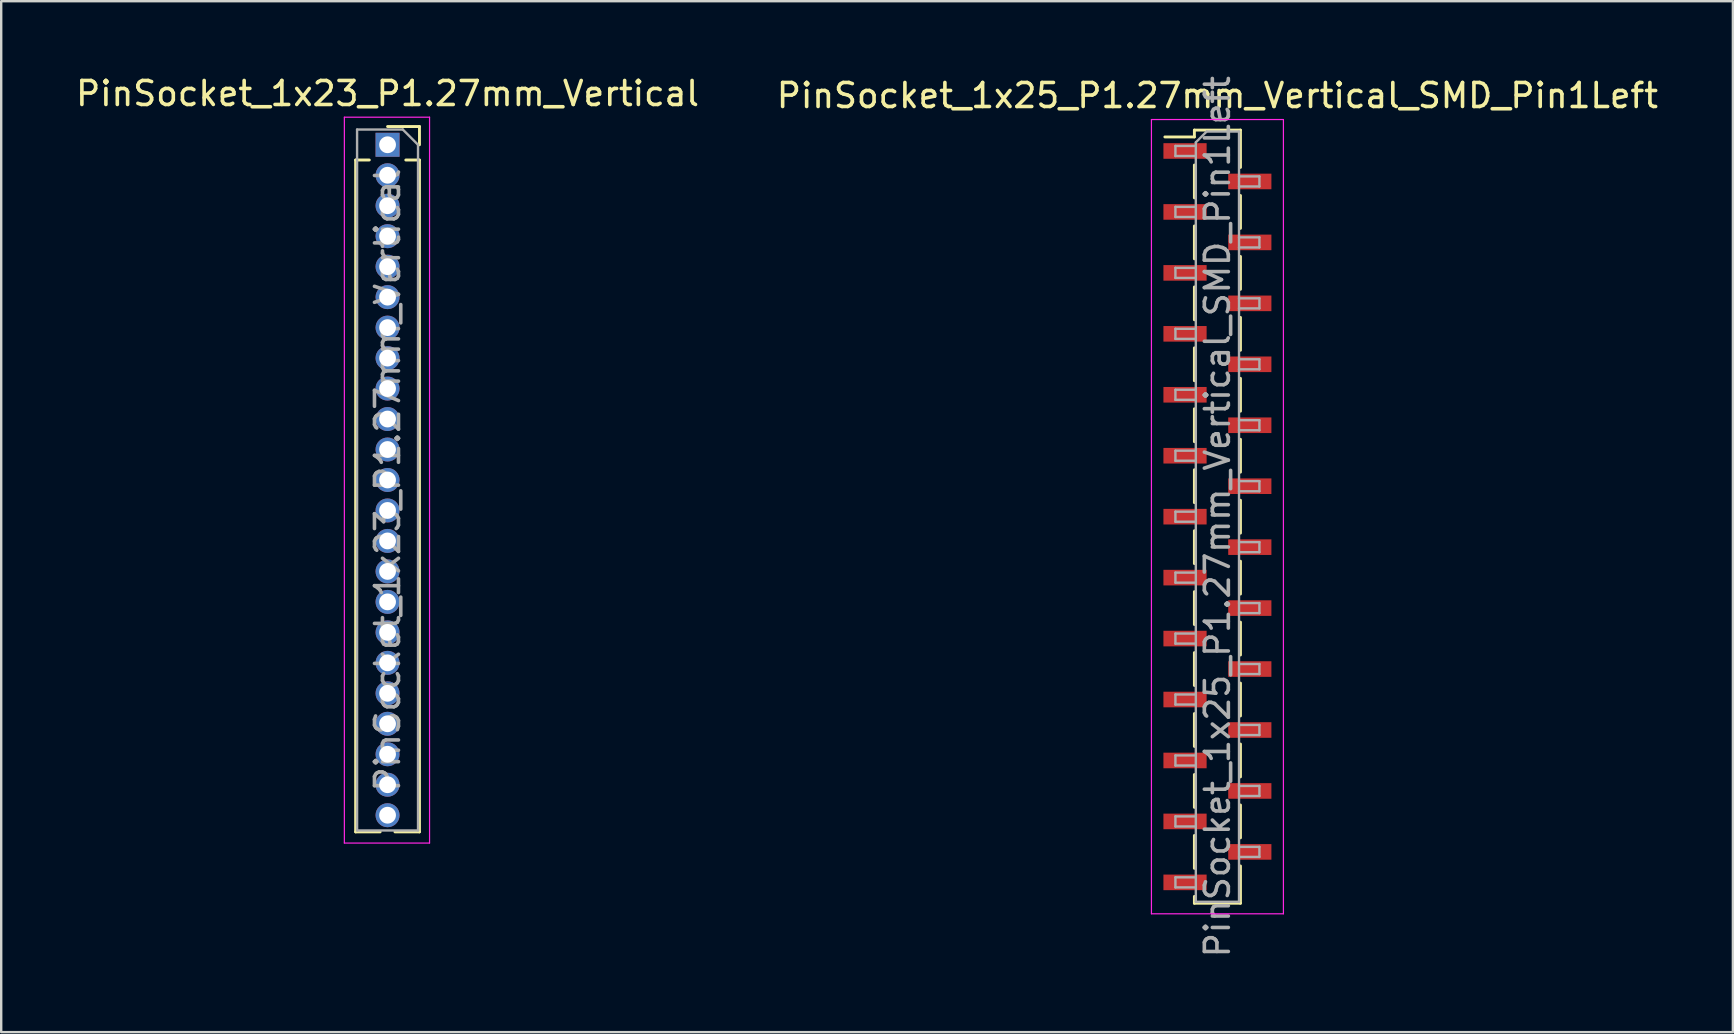
<source format=kicad_pcb>
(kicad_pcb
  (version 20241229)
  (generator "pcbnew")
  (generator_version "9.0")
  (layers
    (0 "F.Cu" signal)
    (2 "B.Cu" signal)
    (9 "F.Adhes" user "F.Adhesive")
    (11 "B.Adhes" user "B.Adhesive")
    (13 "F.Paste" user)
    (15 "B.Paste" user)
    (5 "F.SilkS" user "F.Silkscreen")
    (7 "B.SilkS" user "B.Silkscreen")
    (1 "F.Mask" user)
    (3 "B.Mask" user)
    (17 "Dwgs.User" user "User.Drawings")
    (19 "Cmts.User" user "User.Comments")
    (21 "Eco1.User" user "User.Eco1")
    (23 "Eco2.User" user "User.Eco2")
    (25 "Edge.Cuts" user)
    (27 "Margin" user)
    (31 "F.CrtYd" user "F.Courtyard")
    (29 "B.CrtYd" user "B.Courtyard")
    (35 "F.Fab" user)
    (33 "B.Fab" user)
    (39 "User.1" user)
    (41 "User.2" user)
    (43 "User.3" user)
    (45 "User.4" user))
  (footprint "PinSocket_1x23_P1.27mm_Vertical"
    (layer "F.Cu")
    (at 13.101 2.983)
    (property "Reference" "PinSocket_1x23_P1.27mm_Vertical" (at 0 -2.135 0) (layer "F.SilkS") (effects (font (size 1 1) (thickness 0.15))))
    (attr through_hole)
    (fp_line (start -1.33 0.635) (end -1.33 28.635) (stroke (width 0.12) (type solid)) (layer "F.SilkS"))
    (fp_line (start -1.33 0.635) (end -0.76 0.635) (stroke (width 0.12) (type solid)) (layer "F.SilkS"))
    (fp_line (start -1.33 28.635) (end -0.308 28.635) (stroke (width 0.12) (type solid)) (layer "F.SilkS"))
    (fp_line (start 0 -0.76) (end 1.33 -0.76) (stroke (width 0.12) (type solid)) (layer "F.SilkS"))
    (fp_line (start 0.308 28.635) (end 1.33 28.635) (stroke (width 0.12) (type solid)) (layer "F.SilkS"))
    (fp_line (start 0.76 0.635) (end 1.33 0.635) (stroke (width 0.12) (type solid)) (layer "F.SilkS"))
    (fp_line (start 1.33 -0.76) (end 1.33 0) (stroke (width 0.12) (type solid)) (layer "F.SilkS"))
    (fp_line (start 1.33 0.635) (end 1.33 28.635) (stroke (width 0.12) (type solid)) (layer "F.SilkS"))
    (fp_line (start -1.8 -1.15) (end 1.75 -1.15) (stroke (width 0.05) (type solid)) (layer "F.CrtYd"))
    (fp_line (start -1.8 29.1) (end -1.8 -1.15) (stroke (width 0.05) (type solid)) (layer "F.CrtYd"))
    (fp_line (start 1.75 -1.15) (end 1.75 29.1) (stroke (width 0.05) (type solid)) (layer "F.CrtYd"))
    (fp_line (start 1.75 29.1) (end -1.8 29.1) (stroke (width 0.05) (type solid)) (layer "F.CrtYd"))
    (fp_line (start -1.27 -0.635) (end 0.635 -0.635) (stroke (width 0.1) (type solid)) (layer "F.Fab"))
    (fp_line (start -1.27 28.575) (end -1.27 -0.635) (stroke (width 0.1) (type solid)) (layer "F.Fab"))
    (fp_line (start 0.635 -0.635) (end 1.27 0) (stroke (width 0.1) (type solid)) (layer "F.Fab"))
    (fp_line (start 1.27 0) (end 1.27 28.575) (stroke (width 0.1) (type solid)) (layer "F.Fab"))
    (fp_line (start 1.27 28.575) (end -1.27 28.575) (stroke (width 0.1) (type solid)) (layer "F.Fab"))
    (fp_text user "${REFERENCE}" (at 0 13.97 90) (layer "F.Fab") (effects (font (size 1 1) (thickness 0.15))))
    (pad "1" thru_hole rect (at 0 0) (size 1 1) (drill 0.7) (layers "*.Cu" "*.Mask"))
    (pad "2" thru_hole oval (at 0 1.27) (size 1 1) (drill 0.7) (layers "*.Cu" "*.Mask"))
    (pad "3" thru_hole oval (at 0 2.54) (size 1 1) (drill 0.7) (layers "*.Cu" "*.Mask"))
    (pad "4" thru_hole oval (at 0 3.81) (size 1 1) (drill 0.7) (layers "*.Cu" "*.Mask"))
    (pad "5" thru_hole oval (at 0 5.08) (size 1 1) (drill 0.7) (layers "*.Cu" "*.Mask"))
    (pad "6" thru_hole oval (at 0 6.35) (size 1 1) (drill 0.7) (layers "*.Cu" "*.Mask"))
    (pad "7" thru_hole oval (at 0 7.62) (size 1 1) (drill 0.7) (layers "*.Cu" "*.Mask"))
    (pad "8" thru_hole oval (at 0 8.89) (size 1 1) (drill 0.7) (layers "*.Cu" "*.Mask"))
    (pad "9" thru_hole oval (at 0 10.16) (size 1 1) (drill 0.7) (layers "*.Cu" "*.Mask"))
    (pad "10" thru_hole oval (at 0 11.43) (size 1 1) (drill 0.7) (layers "*.Cu" "*.Mask"))
    (pad "11" thru_hole oval (at 0 12.7) (size 1 1) (drill 0.7) (layers "*.Cu" "*.Mask"))
    (pad "12" thru_hole oval (at 0 13.97) (size 1 1) (drill 0.7) (layers "*.Cu" "*.Mask"))
    (pad "13" thru_hole oval (at 0 15.24) (size 1 1) (drill 0.7) (layers "*.Cu" "*.Mask"))
    (pad "14" thru_hole oval (at 0 16.51) (size 1 1) (drill 0.7) (layers "*.Cu" "*.Mask"))
    (pad "15" thru_hole oval (at 0 17.78) (size 1 1) (drill 0.7) (layers "*.Cu" "*.Mask"))
    (pad "16" thru_hole oval (at 0 19.05) (size 1 1) (drill 0.7) (layers "*.Cu" "*.Mask"))
    (pad "17" thru_hole oval (at 0 20.32) (size 1 1) (drill 0.7) (layers "*.Cu" "*.Mask"))
    (pad "18" thru_hole oval (at 0 21.59) (size 1 1) (drill 0.7) (layers "*.Cu" "*.Mask"))
    (pad "19" thru_hole oval (at 0 22.86) (size 1 1) (drill 0.7) (layers "*.Cu" "*.Mask"))
    (pad "20" thru_hole oval (at 0 24.13) (size 1 1) (drill 0.7) (layers "*.Cu" "*.Mask"))
    (pad "21" thru_hole oval (at 0 25.4) (size 1 1) (drill 0.7) (layers "*.Cu" "*.Mask"))
    (pad "22" thru_hole oval (at 0 26.67) (size 1 1) (drill 0.7) (layers "*.Cu" "*.Mask"))
    (pad "23" thru_hole oval (at 0 27.94) (size 1 1) (drill 0.7) (layers "*.Cu" "*.Mask")))
  (footprint "PinSocket_1x25_P1.27mm_Vertical_SMD_Pin1Left"
    (layer "F.Cu")
    (at 47.685 18.482)
    (property "Reference" "PinSocket_1x25_P1.27mm_Vertical_SMD_Pin1Left" (at 0 -17.55 0) (layer "F.SilkS") (effects (font (size 1 1) (thickness 0.15))))
    (attr smd)
    (fp_line (start -2.19 -15.825) (end -0.96 -15.825) (stroke (width 0.12) (type solid)) (layer "F.SilkS"))
    (fp_line (start -0.96 -16.11) (end -0.96 -15.825) (stroke (width 0.12) (type solid)) (layer "F.SilkS"))
    (fp_line (start -0.96 -16.11) (end 0.96 -16.11) (stroke (width 0.12) (type solid)) (layer "F.SilkS"))
    (fp_line (start -0.96 -14.655) (end -0.96 -13.285) (stroke (width 0.12) (type solid)) (layer "F.SilkS"))
    (fp_line (start -0.96 -12.115) (end -0.96 -10.745) (stroke (width 0.12) (type solid)) (layer "F.SilkS"))
    (fp_line (start -0.96 -9.575) (end -0.96 -8.205) (stroke (width 0.12) (type solid)) (layer "F.SilkS"))
    (fp_line (start -0.96 -7.035) (end -0.96 -5.665) (stroke (width 0.12) (type solid)) (layer "F.SilkS"))
    (fp_line (start -0.96 -4.495) (end -0.96 -3.125) (stroke (width 0.12) (type solid)) (layer "F.SilkS"))
    (fp_line (start -0.96 -1.955) (end -0.96 -0.585) (stroke (width 0.12) (type solid)) (layer "F.SilkS"))
    (fp_line (start -0.96 0.585) (end -0.96 1.955) (stroke (width 0.12) (type solid)) (layer "F.SilkS"))
    (fp_line (start -0.96 3.125) (end -0.96 4.495) (stroke (width 0.12) (type solid)) (layer "F.SilkS"))
    (fp_line (start -0.96 5.665) (end -0.96 7.035) (stroke (width 0.12) (type solid)) (layer "F.SilkS"))
    (fp_line (start -0.96 8.205) (end -0.96 9.575) (stroke (width 0.12) (type solid)) (layer "F.SilkS"))
    (fp_line (start -0.96 10.745) (end -0.96 12.115) (stroke (width 0.12) (type solid)) (layer "F.SilkS"))
    (fp_line (start -0.96 13.285) (end -0.96 14.655) (stroke (width 0.12) (type solid)) (layer "F.SilkS"))
    (fp_line (start -0.96 15.825) (end -0.96 16.11) (stroke (width 0.12) (type solid)) (layer "F.SilkS"))
    (fp_line (start -0.96 16.11) (end 0.96 16.11) (stroke (width 0.12) (type solid)) (layer "F.SilkS"))
    (fp_line (start 0.96 -16.11) (end 0.96 -14.555) (stroke (width 0.12) (type solid)) (layer "F.SilkS"))
    (fp_line (start 0.96 -13.385) (end 0.96 -12.015) (stroke (width 0.12) (type solid)) (layer "F.SilkS"))
    (fp_line (start 0.96 -10.845) (end 0.96 -9.475) (stroke (width 0.12) (type solid)) (layer "F.SilkS"))
    (fp_line (start 0.96 -8.305) (end 0.96 -6.935) (stroke (width 0.12) (type solid)) (layer "F.SilkS"))
    (fp_line (start 0.96 -5.765) (end 0.96 -4.395) (stroke (width 0.12) (type solid)) (layer "F.SilkS"))
    (fp_line (start 0.96 -3.225) (end 0.96 -1.855) (stroke (width 0.12) (type solid)) (layer "F.SilkS"))
    (fp_line (start 0.96 -0.685) (end 0.96 0.685) (stroke (width 0.12) (type solid)) (layer "F.SilkS"))
    (fp_line (start 0.96 1.855) (end 0.96 3.225) (stroke (width 0.12) (type solid)) (layer "F.SilkS"))
    (fp_line (start 0.96 4.395) (end 0.96 5.765) (stroke (width 0.12) (type solid)) (layer "F.SilkS"))
    (fp_line (start 0.96 6.935) (end 0.96 8.305) (stroke (width 0.12) (type solid)) (layer "F.SilkS"))
    (fp_line (start 0.96 9.475) (end 0.96 10.845) (stroke (width 0.12) (type solid)) (layer "F.SilkS"))
    (fp_line (start 0.96 12.015) (end 0.96 13.385) (stroke (width 0.12) (type solid)) (layer "F.SilkS"))
    (fp_line (start 0.96 14.555) (end 0.96 16.11) (stroke (width 0.12) (type solid)) (layer "F.SilkS"))
    (fp_line (start -2.75 -16.55) (end 2.75 -16.55) (stroke (width 0.05) (type solid)) (layer "F.CrtYd"))
    (fp_line (start -2.75 16.55) (end -2.75 -16.55) (stroke (width 0.05) (type solid)) (layer "F.CrtYd"))
    (fp_line (start 2.75 -16.55) (end 2.75 16.55) (stroke (width 0.05) (type solid)) (layer "F.CrtYd"))
    (fp_line (start 2.75 16.55) (end -2.75 16.55) (stroke (width 0.05) (type solid)) (layer "F.CrtYd"))
    (fp_line (start -1.75 -15.45) (end -0.9 -15.45) (stroke (width 0.1) (type solid)) (layer "F.Fab"))
    (fp_line (start -1.75 -15.03) (end -1.75 -15.45) (stroke (width 0.1) (type solid)) (layer "F.Fab"))
    (fp_line (start -1.75 -12.91) (end -0.9 -12.91) (stroke (width 0.1) (type solid)) (layer "F.Fab"))
    (fp_line (start -1.75 -12.49) (end -1.75 -12.91) (stroke (width 0.1) (type solid)) (layer "F.Fab"))
    (fp_line (start -1.75 -10.37) (end -0.9 -10.37) (stroke (width 0.1) (type solid)) (layer "F.Fab"))
    (fp_line (start -1.75 -9.95) (end -1.75 -10.37) (stroke (width 0.1) (type solid)) (layer "F.Fab"))
    (fp_line (start -1.75 -7.83) (end -0.9 -7.83) (stroke (width 0.1) (type solid)) (layer "F.Fab"))
    (fp_line (start -1.75 -7.41) (end -1.75 -7.83) (stroke (width 0.1) (type solid)) (layer "F.Fab"))
    (fp_line (start -1.75 -5.29) (end -0.9 -5.29) (stroke (width 0.1) (type solid)) (layer "F.Fab"))
    (fp_line (start -1.75 -4.87) (end -1.75 -5.29) (stroke (width 0.1) (type solid)) (layer "F.Fab"))
    (fp_line (start -1.75 -2.75) (end -0.9 -2.75) (stroke (width 0.1) (type solid)) (layer "F.Fab"))
    (fp_line (start -1.75 -2.33) (end -1.75 -2.75) (stroke (width 0.1) (type solid)) (layer "F.Fab"))
    (fp_line (start -1.75 -0.21) (end -0.9 -0.21) (stroke (width 0.1) (type solid)) (layer "F.Fab"))
    (fp_line (start -1.75 0.21) (end -1.75 -0.21) (stroke (width 0.1) (type solid)) (layer "F.Fab"))
    (fp_line (start -1.75 2.33) (end -0.9 2.33) (stroke (width 0.1) (type solid)) (layer "F.Fab"))
    (fp_line (start -1.75 2.75) (end -1.75 2.33) (stroke (width 0.1) (type solid)) (layer "F.Fab"))
    (fp_line (start -1.75 4.87) (end -0.9 4.87) (stroke (width 0.1) (type solid)) (layer "F.Fab"))
    (fp_line (start -1.75 5.29) (end -1.75 4.87) (stroke (width 0.1) (type solid)) (layer "F.Fab"))
    (fp_line (start -1.75 7.41) (end -0.9 7.41) (stroke (width 0.1) (type solid)) (layer "F.Fab"))
    (fp_line (start -1.75 7.83) (end -1.75 7.41) (stroke (width 0.1) (type solid)) (layer "F.Fab"))
    (fp_line (start -1.75 9.95) (end -0.9 9.95) (stroke (width 0.1) (type solid)) (layer "F.Fab"))
    (fp_line (start -1.75 10.37) (end -1.75 9.95) (stroke (width 0.1) (type solid)) (layer "F.Fab"))
    (fp_line (start -1.75 12.49) (end -0.9 12.49) (stroke (width 0.1) (type solid)) (layer "F.Fab"))
    (fp_line (start -1.75 12.91) (end -1.75 12.49) (stroke (width 0.1) (type solid)) (layer "F.Fab"))
    (fp_line (start -1.75 15.03) (end -0.9 15.03) (stroke (width 0.1) (type solid)) (layer "F.Fab"))
    (fp_line (start -1.75 15.45) (end -1.75 15.03) (stroke (width 0.1) (type solid)) (layer "F.Fab"))
    (fp_line (start -0.9 -15.6) (end -0.45 -16.05) (stroke (width 0.1) (type solid)) (layer "F.Fab"))
    (fp_line (start -0.9 -15.03) (end -1.75 -15.03) (stroke (width 0.1) (type solid)) (layer "F.Fab"))
    (fp_line (start -0.9 -12.49) (end -1.75 -12.49) (stroke (width 0.1) (type solid)) (layer "F.Fab"))
    (fp_line (start -0.9 -9.95) (end -1.75 -9.95) (stroke (width 0.1) (type solid)) (layer "F.Fab"))
    (fp_line (start -0.9 -7.41) (end -1.75 -7.41) (stroke (width 0.1) (type solid)) (layer "F.Fab"))
    (fp_line (start -0.9 -4.87) (end -1.75 -4.87) (stroke (width 0.1) (type solid)) (layer "F.Fab"))
    (fp_line (start -0.9 -2.33) (end -1.75 -2.33) (stroke (width 0.1) (type solid)) (layer "F.Fab"))
    (fp_line (start -0.9 0.21) (end -1.75 0.21) (stroke (width 0.1) (type solid)) (layer "F.Fab"))
    (fp_line (start -0.9 2.75) (end -1.75 2.75) (stroke (width 0.1) (type solid)) (layer "F.Fab"))
    (fp_line (start -0.9 5.29) (end -1.75 5.29) (stroke (width 0.1) (type solid)) (layer "F.Fab"))
    (fp_line (start -0.9 7.83) (end -1.75 7.83) (stroke (width 0.1) (type solid)) (layer "F.Fab"))
    (fp_line (start -0.9 10.37) (end -1.75 10.37) (stroke (width 0.1) (type solid)) (layer "F.Fab"))
    (fp_line (start -0.9 12.91) (end -1.75 12.91) (stroke (width 0.1) (type solid)) (layer "F.Fab"))
    (fp_line (start -0.9 15.45) (end -1.75 15.45) (stroke (width 0.1) (type solid)) (layer "F.Fab"))
    (fp_line (start -0.9 16.05) (end -0.9 -15.6) (stroke (width 0.1) (type solid)) (layer "F.Fab"))
    (fp_line (start -0.45 -16.05) (end 0.9 -16.05) (stroke (width 0.1) (type solid)) (layer "F.Fab"))
    (fp_line (start 0.9 -16.05) (end 0.9 16.05) (stroke (width 0.1) (type solid)) (layer "F.Fab"))
    (fp_line (start 0.9 -14.18) (end 1.75 -14.18) (stroke (width 0.1) (type solid)) (layer "F.Fab"))
    (fp_line (start 0.9 -11.64) (end 1.75 -11.64) (stroke (width 0.1) (type solid)) (layer "F.Fab"))
    (fp_line (start 0.9 -9.1) (end 1.75 -9.1) (stroke (width 0.1) (type solid)) (layer "F.Fab"))
    (fp_line (start 0.9 -6.56) (end 1.75 -6.56) (stroke (width 0.1) (type solid)) (layer "F.Fab"))
    (fp_line (start 0.9 -4.02) (end 1.75 -4.02) (stroke (width 0.1) (type solid)) (layer "F.Fab"))
    (fp_line (start 0.9 -1.48) (end 1.75 -1.48) (stroke (width 0.1) (type solid)) (layer "F.Fab"))
    (fp_line (start 0.9 1.06) (end 1.75 1.06) (stroke (width 0.1) (type solid)) (layer "F.Fab"))
    (fp_line (start 0.9 3.6) (end 1.75 3.6) (stroke (width 0.1) (type solid)) (layer "F.Fab"))
    (fp_line (start 0.9 6.14) (end 1.75 6.14) (stroke (width 0.1) (type solid)) (layer "F.Fab"))
    (fp_line (start 0.9 8.68) (end 1.75 8.68) (stroke (width 0.1) (type solid)) (layer "F.Fab"))
    (fp_line (start 0.9 11.22) (end 1.75 11.22) (stroke (width 0.1) (type solid)) (layer "F.Fab"))
    (fp_line (start 0.9 13.76) (end 1.75 13.76) (stroke (width 0.1) (type solid)) (layer "F.Fab"))
    (fp_line (start 0.9 16.05) (end -0.9 16.05) (stroke (width 0.1) (type solid)) (layer "F.Fab"))
    (fp_line (start 1.75 -14.18) (end 1.75 -13.76) (stroke (width 0.1) (type solid)) (layer "F.Fab"))
    (fp_line (start 1.75 -13.76) (end 0.9 -13.76) (stroke (width 0.1) (type solid)) (layer "F.Fab"))
    (fp_line (start 1.75 -11.64) (end 1.75 -11.22) (stroke (width 0.1) (type solid)) (layer "F.Fab"))
    (fp_line (start 1.75 -11.22) (end 0.9 -11.22) (stroke (width 0.1) (type solid)) (layer "F.Fab"))
    (fp_line (start 1.75 -9.1) (end 1.75 -8.68) (stroke (width 0.1) (type solid)) (layer "F.Fab"))
    (fp_line (start 1.75 -8.68) (end 0.9 -8.68) (stroke (width 0.1) (type solid)) (layer "F.Fab"))
    (fp_line (start 1.75 -6.56) (end 1.75 -6.14) (stroke (width 0.1) (type solid)) (layer "F.Fab"))
    (fp_line (start 1.75 -6.14) (end 0.9 -6.14) (stroke (width 0.1) (type solid)) (layer "F.Fab"))
    (fp_line (start 1.75 -4.02) (end 1.75 -3.6) (stroke (width 0.1) (type solid)) (layer "F.Fab"))
    (fp_line (start 1.75 -3.6) (end 0.9 -3.6) (stroke (width 0.1) (type solid)) (layer "F.Fab"))
    (fp_line (start 1.75 -1.48) (end 1.75 -1.06) (stroke (width 0.1) (type solid)) (layer "F.Fab"))
    (fp_line (start 1.75 -1.06) (end 0.9 -1.06) (stroke (width 0.1) (type solid)) (layer "F.Fab"))
    (fp_line (start 1.75 1.06) (end 1.75 1.48) (stroke (width 0.1) (type solid)) (layer "F.Fab"))
    (fp_line (start 1.75 1.48) (end 0.9 1.48) (stroke (width 0.1) (type solid)) (layer "F.Fab"))
    (fp_line (start 1.75 3.6) (end 1.75 4.02) (stroke (width 0.1) (type solid)) (layer "F.Fab"))
    (fp_line (start 1.75 4.02) (end 0.9 4.02) (stroke (width 0.1) (type solid)) (layer "F.Fab"))
    (fp_line (start 1.75 6.14) (end 1.75 6.56) (stroke (width 0.1) (type solid)) (layer "F.Fab"))
    (fp_line (start 1.75 6.56) (end 0.9 6.56) (stroke (width 0.1) (type solid)) (layer "F.Fab"))
    (fp_line (start 1.75 8.68) (end 1.75 9.1) (stroke (width 0.1) (type solid)) (layer "F.Fab"))
    (fp_line (start 1.75 9.1) (end 0.9 9.1) (stroke (width 0.1) (type solid)) (layer "F.Fab"))
    (fp_line (start 1.75 11.22) (end 1.75 11.64) (stroke (width 0.1) (type solid)) (layer "F.Fab"))
    (fp_line (start 1.75 11.64) (end 0.9 11.64) (stroke (width 0.1) (type solid)) (layer "F.Fab"))
    (fp_line (start 1.75 13.76) (end 1.75 14.18) (stroke (width 0.1) (type solid)) (layer "F.Fab"))
    (fp_line (start 1.75 14.18) (end 0.9 14.18) (stroke (width 0.1) (type solid)) (layer "F.Fab"))
    (fp_text user "${REFERENCE}" (at 0 0 90) (layer "F.Fab") (effects (font (size 1 1) (thickness 0.15))))
    (pad "1" smd rect (at -1.35 -15.24) (size 1.8 0.65) (layers "F.Cu" "F.Mask" "F.Paste"))
    (pad "2" smd rect (at 1.35 -13.97) (size 1.8 0.65) (layers "F.Cu" "F.Mask" "F.Paste"))
    (pad "3" smd rect (at -1.35 -12.7) (size 1.8 0.65) (layers "F.Cu" "F.Mask" "F.Paste"))
    (pad "4" smd rect (at 1.35 -11.43) (size 1.8 0.65) (layers "F.Cu" "F.Mask" "F.Paste"))
    (pad "5" smd rect (at -1.35 -10.16) (size 1.8 0.65) (layers "F.Cu" "F.Mask" "F.Paste"))
    (pad "6" smd rect (at 1.35 -8.89) (size 1.8 0.65) (layers "F.Cu" "F.Mask" "F.Paste"))
    (pad "7" smd rect (at -1.35 -7.62) (size 1.8 0.65) (layers "F.Cu" "F.Mask" "F.Paste"))
    (pad "8" smd rect (at 1.35 -6.35) (size 1.8 0.65) (layers "F.Cu" "F.Mask" "F.Paste"))
    (pad "9" smd rect (at -1.35 -5.08) (size 1.8 0.65) (layers "F.Cu" "F.Mask" "F.Paste"))
    (pad "10" smd rect (at 1.35 -3.81) (size 1.8 0.65) (layers "F.Cu" "F.Mask" "F.Paste"))
    (pad "11" smd rect (at -1.35 -2.54) (size 1.8 0.65) (layers "F.Cu" "F.Mask" "F.Paste"))
    (pad "12" smd rect (at 1.35 -1.27) (size 1.8 0.65) (layers "F.Cu" "F.Mask" "F.Paste"))
    (pad "13" smd rect (at -1.35 0) (size 1.8 0.65) (layers "F.Cu" "F.Mask" "F.Paste"))
    (pad "14" smd rect (at 1.35 1.27) (size 1.8 0.65) (layers "F.Cu" "F.Mask" "F.Paste"))
    (pad "15" smd rect (at -1.35 2.54) (size 1.8 0.65) (layers "F.Cu" "F.Mask" "F.Paste"))
    (pad "16" smd rect (at 1.35 3.81) (size 1.8 0.65) (layers "F.Cu" "F.Mask" "F.Paste"))
    (pad "17" smd rect (at -1.35 5.08) (size 1.8 0.65) (layers "F.Cu" "F.Mask" "F.Paste"))
    (pad "18" smd rect (at 1.35 6.35) (size 1.8 0.65) (layers "F.Cu" "F.Mask" "F.Paste"))
    (pad "19" smd rect (at -1.35 7.62) (size 1.8 0.65) (layers "F.Cu" "F.Mask" "F.Paste"))
    (pad "20" smd rect (at 1.35 8.89) (size 1.8 0.65) (layers "F.Cu" "F.Mask" "F.Paste"))
    (pad "21" smd rect (at -1.35 10.16) (size 1.8 0.65) (layers "F.Cu" "F.Mask" "F.Paste"))
    (pad "22" smd rect (at 1.35 11.43) (size 1.8 0.65) (layers "F.Cu" "F.Mask" "F.Paste"))
    (pad "23" smd rect (at -1.35 12.7) (size 1.8 0.65) (layers "F.Cu" "F.Mask" "F.Paste"))
    (pad "24" smd rect (at 1.35 13.97) (size 1.8 0.65) (layers "F.Cu" "F.Mask" "F.Paste"))
    (pad "25" smd rect (at -1.35 15.24) (size 1.8 0.65) (layers "F.Cu" "F.Mask" "F.Paste")))
  (gr_rect
    (start -3 -3)
    (end 69.167 39.964)
    (stroke (width 0.1) (type default))
    (fill no)
    (layer "Edge.Cuts")))
</source>
